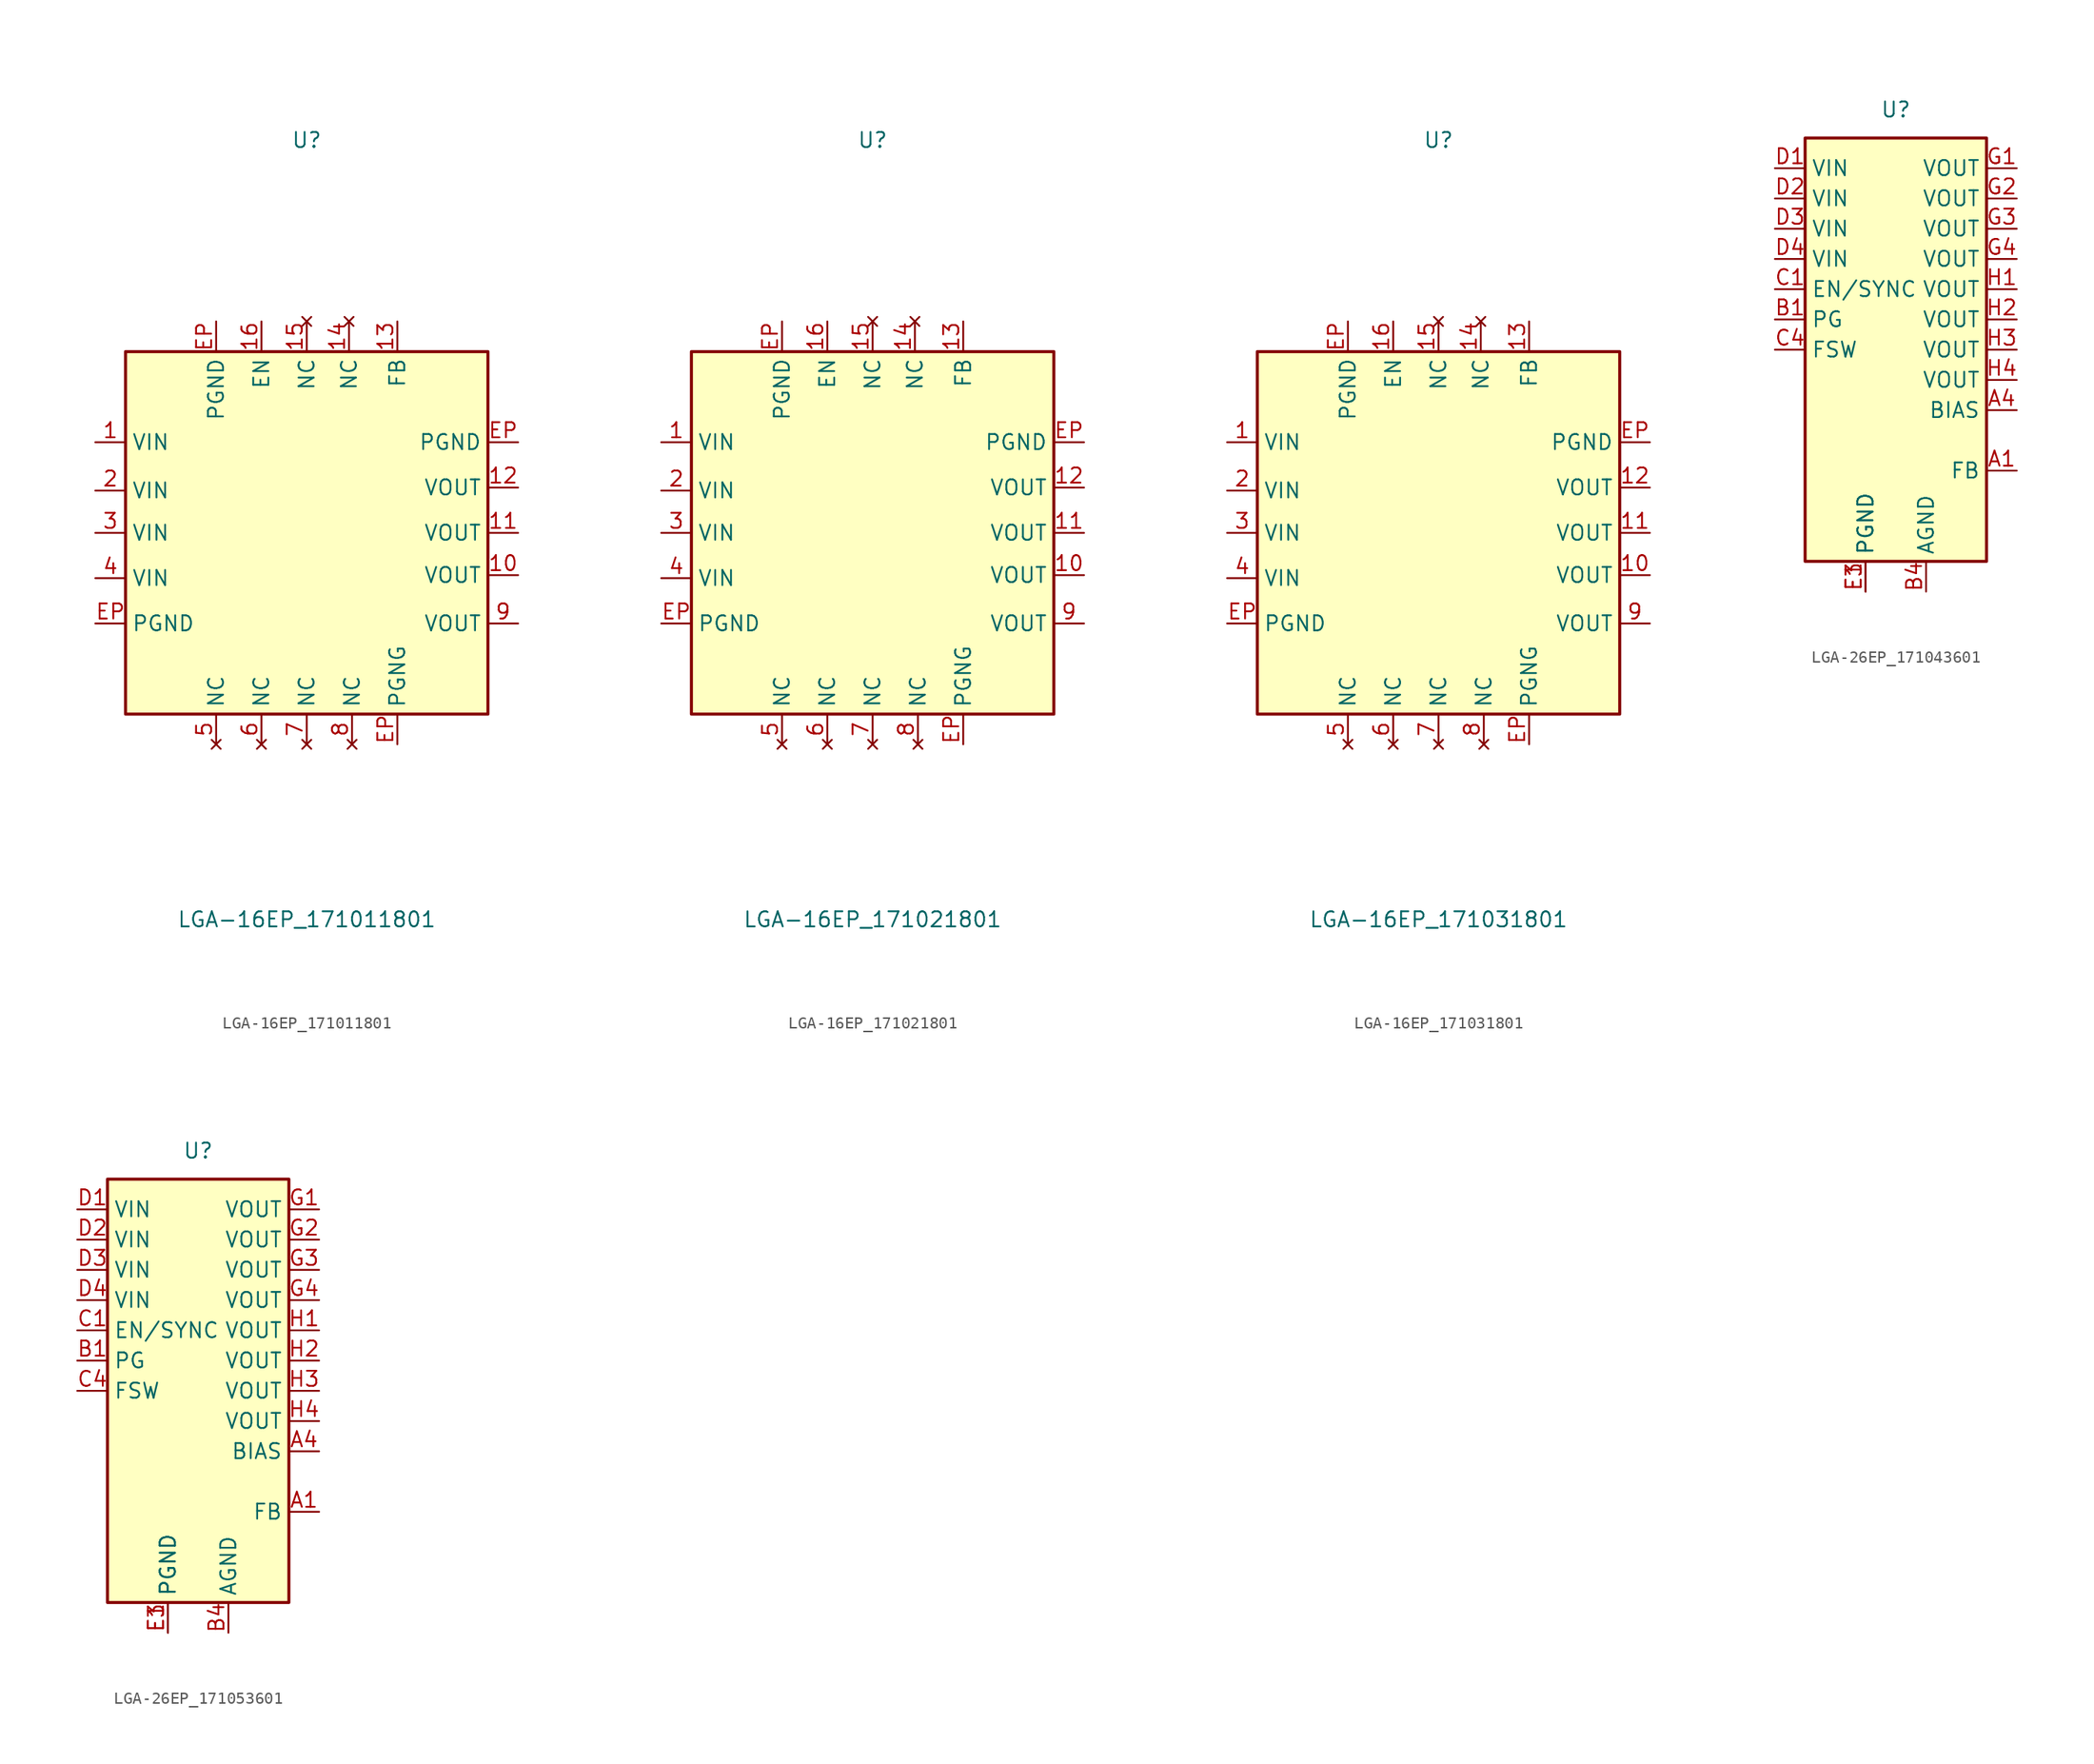
<source format=kicad_sym>
(kicad_symbol_lib
  (version 20220914)
  (generator kicad_symbol_editor)
  (symbol "LGA-16EP_171011801"
    (property "Reference" "U"
      (at 0 33.02 0)
      (effects (font (size 1.27 1.27))))
    (property "Value" "LGA-16EP_171011801"
      (at 0 -32.512 0)
      (effects (font (size 1.27 1.27))))
    (symbol "LGA-16EP_171011801_1_1"
      (rectangle (start -15.24 15.24) (end 15.24 -15.24) (stroke (width 0.254) (type solid)) (fill (type background)))
      (pin power_in line (at -17.78 7.62 0) (length 2.54) (name "VIN" (effects (font (size 1.27 1.27)))) (number "1" (effects (font (size 1.27 1.27)))))
      (pin power_out line (at 17.78 -3.556 180) (length 2.54) (name "VOUT" (effects (font (size 1.27 1.27)))) (number "10" (effects (font (size 1.27 1.27)))))
      (pin power_out line (at 17.78 0 180) (length 2.54) (name "VOUT" (effects (font (size 1.27 1.27)))) (number "11" (effects (font (size 1.27 1.27)))))
      (pin power_out line (at 17.78 3.81 180) (length 2.54) (name "VOUT" (effects (font (size 1.27 1.27)))) (number "12" (effects (font (size 1.27 1.27)))))
      (pin input line (at 7.62 17.78 270) (length 2.54) (name "FB" (effects (font (size 1.27 1.27)))) (number "13" (effects (font (size 1.27 1.27)))))
      (pin no_connect line (at 3.556 17.78 270) (length 2.54) (name "NC" (effects (font (size 1.27 1.27)))) (number "14" (effects (font (size 1.27 1.27)))))
      (pin no_connect line (at 0 17.78 270) (length 2.54) (name "NC" (effects (font (size 1.27 1.27)))) (number "15" (effects (font (size 1.27 1.27)))))
      (pin input line (at -3.81 17.78 270) (length 2.54) (name "EN" (effects (font (size 1.27 1.27)))) (number "16" (effects (font (size 1.27 1.27)))))
      (pin power_in line (at -17.78 3.556 0) (length 2.54) (name "VIN" (effects (font (size 1.27 1.27)))) (number "2" (effects (font (size 1.27 1.27)))))
      (pin power_in line (at -17.78 0 0) (length 2.54) (name "VIN" (effects (font (size 1.27 1.27)))) (number "3" (effects (font (size 1.27 1.27)))))
      (pin power_in line (at -17.78 -3.81 0) (length 2.54) (name "VIN" (effects (font (size 1.27 1.27)))) (number "4" (effects (font (size 1.27 1.27)))))
      (pin no_connect line (at -7.62 -17.78 90) (length 2.54) (name "NC" (effects (font (size 1.27 1.27)))) (number "5" (effects (font (size 1.27 1.27)))))
      (pin no_connect line (at -3.81 -17.78 90) (length 2.54) (name "NC" (effects (font (size 1.27 1.27)))) (number "6" (effects (font (size 1.27 1.27)))))
      (pin no_connect line (at 0 -17.78 90) (length 2.54) (name "NC" (effects (font (size 1.27 1.27)))) (number "7" (effects (font (size 1.27 1.27)))))
      (pin no_connect line (at 3.81 -17.78 90) (length 2.54) (name "NC" (effects (font (size 1.27 1.27)))) (number "8" (effects (font (size 1.27 1.27)))))
      (pin power_out line (at 17.78 -7.62 180) (length 2.54) (name "VOUT" (effects (font (size 1.27 1.27)))) (number "9" (effects (font (size 1.27 1.27)))))
      (pin power_in line (at -17.78 -7.62 0) (length 2.54) (name "PGND" (effects (font (size 1.27 1.27)))) (number "EP" (effects (font (size 1.27 1.27)))))
      (pin power_in line (at -7.62 17.78 270) (length 2.54) (name "PGND" (effects (font (size 1.27 1.27)))) (number "EP" (effects (font (size 1.27 1.27)))))
      (pin power_in line (at 17.78 7.62 180) (length 2.54) (name "PGND" (effects (font (size 1.27 1.27)))) (number "EP" (effects (font (size 1.27 1.27)))))
      (pin power_in line (at 7.62 -17.78 90) (length 2.54) (name "PGNG" (effects (font (size 1.27 1.27)))) (number "EP" (effects (font (size 1.27 1.27)))))))
  (symbol "LGA-16EP_171021801"
    (property "Reference" "U"
      (at 0 33.02 0)
      (effects (font (size 1.27 1.27))))
    (property "Value" "LGA-16EP_171021801"
      (at 0 -32.512 0)
      (effects (font (size 1.27 1.27))))
    (symbol "LGA-16EP_171021801_1_1"
      (rectangle (start -15.24 15.24) (end 15.24 -15.24) (stroke (width 0.254) (type solid)) (fill (type background)))
      (pin power_in line (at -17.78 7.62 0) (length 2.54) (name "VIN" (effects (font (size 1.27 1.27)))) (number "1" (effects (font (size 1.27 1.27)))))
      (pin power_out line (at 17.78 -3.556 180) (length 2.54) (name "VOUT" (effects (font (size 1.27 1.27)))) (number "10" (effects (font (size 1.27 1.27)))))
      (pin power_out line (at 17.78 0 180) (length 2.54) (name "VOUT" (effects (font (size 1.27 1.27)))) (number "11" (effects (font (size 1.27 1.27)))))
      (pin power_out line (at 17.78 3.81 180) (length 2.54) (name "VOUT" (effects (font (size 1.27 1.27)))) (number "12" (effects (font (size 1.27 1.27)))))
      (pin input line (at 7.62 17.78 270) (length 2.54) (name "FB" (effects (font (size 1.27 1.27)))) (number "13" (effects (font (size 1.27 1.27)))))
      (pin no_connect line (at 3.556 17.78 270) (length 2.54) (name "NC" (effects (font (size 1.27 1.27)))) (number "14" (effects (font (size 1.27 1.27)))))
      (pin no_connect line (at 0 17.78 270) (length 2.54) (name "NC" (effects (font (size 1.27 1.27)))) (number "15" (effects (font (size 1.27 1.27)))))
      (pin input line (at -3.81 17.78 270) (length 2.54) (name "EN" (effects (font (size 1.27 1.27)))) (number "16" (effects (font (size 1.27 1.27)))))
      (pin power_in line (at -17.78 3.556 0) (length 2.54) (name "VIN" (effects (font (size 1.27 1.27)))) (number "2" (effects (font (size 1.27 1.27)))))
      (pin power_in line (at -17.78 0 0) (length 2.54) (name "VIN" (effects (font (size 1.27 1.27)))) (number "3" (effects (font (size 1.27 1.27)))))
      (pin power_in line (at -17.78 -3.81 0) (length 2.54) (name "VIN" (effects (font (size 1.27 1.27)))) (number "4" (effects (font (size 1.27 1.27)))))
      (pin no_connect line (at -7.62 -17.78 90) (length 2.54) (name "NC" (effects (font (size 1.27 1.27)))) (number "5" (effects (font (size 1.27 1.27)))))
      (pin no_connect line (at -3.81 -17.78 90) (length 2.54) (name "NC" (effects (font (size 1.27 1.27)))) (number "6" (effects (font (size 1.27 1.27)))))
      (pin no_connect line (at 0 -17.78 90) (length 2.54) (name "NC" (effects (font (size 1.27 1.27)))) (number "7" (effects (font (size 1.27 1.27)))))
      (pin no_connect line (at 3.81 -17.78 90) (length 2.54) (name "NC" (effects (font (size 1.27 1.27)))) (number "8" (effects (font (size 1.27 1.27)))))
      (pin power_out line (at 17.78 -7.62 180) (length 2.54) (name "VOUT" (effects (font (size 1.27 1.27)))) (number "9" (effects (font (size 1.27 1.27)))))
      (pin power_in line (at -17.78 -7.62 0) (length 2.54) (name "PGND" (effects (font (size 1.27 1.27)))) (number "EP" (effects (font (size 1.27 1.27)))))
      (pin power_in line (at -7.62 17.78 270) (length 2.54) (name "PGND" (effects (font (size 1.27 1.27)))) (number "EP" (effects (font (size 1.27 1.27)))))
      (pin power_in line (at 17.78 7.62 180) (length 2.54) (name "PGND" (effects (font (size 1.27 1.27)))) (number "EP" (effects (font (size 1.27 1.27)))))
      (pin power_in line (at 7.62 -17.78 90) (length 2.54) (name "PGNG" (effects (font (size 1.27 1.27)))) (number "EP" (effects (font (size 1.27 1.27)))))))
  (symbol "LGA-16EP_171031801"
    (property "Reference" "U"
      (at 0 33.02 0)
      (effects (font (size 1.27 1.27))))
    (property "Value" "LGA-16EP_171031801"
      (at 0 -32.512 0)
      (effects (font (size 1.27 1.27))))
    (symbol "LGA-16EP_171031801_1_1"
      (rectangle (start -15.24 15.24) (end 15.24 -15.24) (stroke (width 0.254) (type solid)) (fill (type background)))
      (pin power_in line (at -17.78 7.62 0) (length 2.54) (name "VIN" (effects (font (size 1.27 1.27)))) (number "1" (effects (font (size 1.27 1.27)))))
      (pin power_out line (at 17.78 -3.556 180) (length 2.54) (name "VOUT" (effects (font (size 1.27 1.27)))) (number "10" (effects (font (size 1.27 1.27)))))
      (pin power_out line (at 17.78 0 180) (length 2.54) (name "VOUT" (effects (font (size 1.27 1.27)))) (number "11" (effects (font (size 1.27 1.27)))))
      (pin power_out line (at 17.78 3.81 180) (length 2.54) (name "VOUT" (effects (font (size 1.27 1.27)))) (number "12" (effects (font (size 1.27 1.27)))))
      (pin input line (at 7.62 17.78 270) (length 2.54) (name "FB" (effects (font (size 1.27 1.27)))) (number "13" (effects (font (size 1.27 1.27)))))
      (pin no_connect line (at 3.556 17.78 270) (length 2.54) (name "NC" (effects (font (size 1.27 1.27)))) (number "14" (effects (font (size 1.27 1.27)))))
      (pin no_connect line (at 0 17.78 270) (length 2.54) (name "NC" (effects (font (size 1.27 1.27)))) (number "15" (effects (font (size 1.27 1.27)))))
      (pin input line (at -3.81 17.78 270) (length 2.54) (name "EN" (effects (font (size 1.27 1.27)))) (number "16" (effects (font (size 1.27 1.27)))))
      (pin power_in line (at -17.78 3.556 0) (length 2.54) (name "VIN" (effects (font (size 1.27 1.27)))) (number "2" (effects (font (size 1.27 1.27)))))
      (pin power_in line (at -17.78 0 0) (length 2.54) (name "VIN" (effects (font (size 1.27 1.27)))) (number "3" (effects (font (size 1.27 1.27)))))
      (pin power_in line (at -17.78 -3.81 0) (length 2.54) (name "VIN" (effects (font (size 1.27 1.27)))) (number "4" (effects (font (size 1.27 1.27)))))
      (pin no_connect line (at -7.62 -17.78 90) (length 2.54) (name "NC" (effects (font (size 1.27 1.27)))) (number "5" (effects (font (size 1.27 1.27)))))
      (pin no_connect line (at -3.81 -17.78 90) (length 2.54) (name "NC" (effects (font (size 1.27 1.27)))) (number "6" (effects (font (size 1.27 1.27)))))
      (pin no_connect line (at 0 -17.78 90) (length 2.54) (name "NC" (effects (font (size 1.27 1.27)))) (number "7" (effects (font (size 1.27 1.27)))))
      (pin no_connect line (at 3.81 -17.78 90) (length 2.54) (name "NC" (effects (font (size 1.27 1.27)))) (number "8" (effects (font (size 1.27 1.27)))))
      (pin power_out line (at 17.78 -7.62 180) (length 2.54) (name "VOUT" (effects (font (size 1.27 1.27)))) (number "9" (effects (font (size 1.27 1.27)))))
      (pin power_in line (at -17.78 -7.62 0) (length 2.54) (name "PGND" (effects (font (size 1.27 1.27)))) (number "EP" (effects (font (size 1.27 1.27)))))
      (pin power_in line (at -7.62 17.78 270) (length 2.54) (name "PGND" (effects (font (size 1.27 1.27)))) (number "EP" (effects (font (size 1.27 1.27)))))
      (pin power_in line (at 17.78 7.62 180) (length 2.54) (name "PGND" (effects (font (size 1.27 1.27)))) (number "EP" (effects (font (size 1.27 1.27)))))
      (pin power_in line (at 7.62 -17.78 90) (length 2.54) (name "PGNG" (effects (font (size 1.27 1.27)))) (number "EP" (effects (font (size 1.27 1.27)))))))
  (symbol "LGA-26EP_171043601"
    (property "Reference" "U"
      (at 0 20.16 0)
      (effects (font (size 1.27 1.27))))
    (symbol "LGA-26EP_171043601_0_0"
      (rectangle (start -7.62 17.78) (end 7.62 -17.78) (stroke (width 0.254) (type default)) (fill (type background))))
    (symbol "LGA-26EP_171043601_1_0"
      (pin input line (at 10.16 -10.16 180) (length 2.54) (name "FB" (effects (font (size 1.27 1.27)))) (number "A1" (effects (font (size 1.27 1.27)))))
      (pin input line (at 10.16 -5.08 180) (length 2.54) (name "BIAS" (effects (font (size 1.27 1.27)))) (number "A4" (effects (font (size 1.27 1.27)))))
      (pin output line (at -10.16 2.54 0) (length 2.54) (name "PG" (effects (font (size 1.27 1.27)))) (number "B1" (effects (font (size 1.27 1.27)))))
      (pin power_in line (at 2.54 -20.32 90) (length 2.54) (name "AGND" (effects (font (size 1.27 1.27)))) (number "B4" (effects (font (size 1.27 1.27)))))
      (pin input line (at -10.16 5.08 0) (length 2.54) (name "EN/SYNC" (effects (font (size 1.27 1.27)))) (number "C1" (effects (font (size 1.27 1.27)))))
      (pin input line (at -10.16 0 0) (length 2.54) (name "FSW" (effects (font (size 1.27 1.27)))) (number "C4" (effects (font (size 1.27 1.27)))))
      (pin power_in line (at -10.16 15.24 0) (length 2.54) (name "VIN" (effects (font (size 1.27 1.27)))) (number "D1" (effects (font (size 1.27 1.27)))))
      (pin power_in line (at -10.16 12.7 0) (length 2.54) (name "VIN" (effects (font (size 1.27 1.27)))) (number "D2" (effects (font (size 1.27 1.27)))))
      (pin power_in line (at -10.16 10.16 0) (length 2.54) (name "VIN" (effects (font (size 1.27 1.27)))) (number "D3" (effects (font (size 1.27 1.27)))))
      (pin power_in line (at -10.16 7.62 0) (length 2.54) (name "VIN" (effects (font (size 1.27 1.27)))) (number "D4" (effects (font (size 1.27 1.27)))))
      (pin power_in line (at -2.54 -20.32 90) (length 2.54) (name "PGND" (effects (font (size 1.27 1.27)))) (number "E1" (effects (font (size 1.27 1.27)))))
      (pin power_in line (at -2.54 -20.32 90) (length 2.54) hide (name "PGND" (effects (font (size 1.27 1.27)))) (number "E2" (effects (font (size 1.27 1.27)))))
      (pin power_in line (at -2.54 -20.32 90) (length 2.54) (name "PGND" (effects (font (size 1.27 1.27)))) (number "E3" (effects (font (size 1.27 1.27)))))
      (pin power_in line (at -2.54 -20.32 90) (length 2.54) hide (name "PGND" (effects (font (size 1.27 1.27)))) (number "E4" (effects (font (size 1.27 1.27)))))
      (pin power_in line (at -2.54 -20.32 90) (length 2.54) hide (name "PGND" (effects (font (size 1.27 1.27)))) (number "F1" (effects (font (size 1.27 1.27)))))
      (pin power_in line (at -2.54 -20.32 90) (length 2.54) hide (name "PGND" (effects (font (size 1.27 1.27)))) (number "F2" (effects (font (size 1.27 1.27)))))
      (pin power_in line (at -2.54 -20.32 90) (length 2.54) hide (name "PGND" (effects (font (size 1.27 1.27)))) (number "F3" (effects (font (size 1.27 1.27)))))
      (pin power_in line (at -2.54 -20.32 90) (length 2.54) hide (name "PGND" (effects (font (size 1.27 1.27)))) (number "F4" (effects (font (size 1.27 1.27)))))
      (pin power_out line (at 10.16 15.24 180) (length 2.54) (name "VOUT" (effects (font (size 1.27 1.27)))) (number "G1" (effects (font (size 1.27 1.27)))))
      (pin power_out line (at 10.16 12.7 180) (length 2.54) (name "VOUT" (effects (font (size 1.27 1.27)))) (number "G2" (effects (font (size 1.27 1.27)))))
      (pin power_out line (at 10.16 10.16 180) (length 2.54) (name "VOUT" (effects (font (size 1.27 1.27)))) (number "G3" (effects (font (size 1.27 1.27)))))
      (pin power_out line (at 10.16 7.62 180) (length 2.54) (name "VOUT" (effects (font (size 1.27 1.27)))) (number "G4" (effects (font (size 1.27 1.27)))))
      (pin power_out line (at 10.16 5.08 180) (length 2.54) (name "VOUT" (effects (font (size 1.27 1.27)))) (number "H1" (effects (font (size 1.27 1.27)))))
      (pin power_out line (at 10.16 2.54 180) (length 2.54) (name "VOUT" (effects (font (size 1.27 1.27)))) (number "H2" (effects (font (size 1.27 1.27)))))
      (pin power_out line (at 10.16 0 180) (length 2.54) (name "VOUT" (effects (font (size 1.27 1.27)))) (number "H3" (effects (font (size 1.27 1.27)))))
      (pin power_out line (at 10.16 -2.54 180) (length 2.54) (name "VOUT" (effects (font (size 1.27 1.27)))) (number "H4" (effects (font (size 1.27 1.27)))))))
  (symbol "LGA-26EP_171053601"
    (property "Reference" "U"
      (at 0 20.16 0)
      (effects (font (size 1.27 1.27))))
    (symbol "LGA-26EP_171053601_0_0"
      (rectangle (start -7.62 17.78) (end 7.62 -17.78) (stroke (width 0.254) (type default)) (fill (type background))))
    (symbol "LGA-26EP_171053601_1_0"
      (pin input line (at 10.16 -10.16 180) (length 2.54) (name "FB" (effects (font (size 1.27 1.27)))) (number "A1" (effects (font (size 1.27 1.27)))))
      (pin input line (at 10.16 -5.08 180) (length 2.54) (name "BIAS" (effects (font (size 1.27 1.27)))) (number "A4" (effects (font (size 1.27 1.27)))))
      (pin output line (at -10.16 2.54 0) (length 2.54) (name "PG" (effects (font (size 1.27 1.27)))) (number "B1" (effects (font (size 1.27 1.27)))))
      (pin power_in line (at 2.54 -20.32 90) (length 2.54) (name "AGND" (effects (font (size 1.27 1.27)))) (number "B4" (effects (font (size 1.27 1.27)))))
      (pin input line (at -10.16 5.08 0) (length 2.54) (name "EN/SYNC" (effects (font (size 1.27 1.27)))) (number "C1" (effects (font (size 1.27 1.27)))))
      (pin input line (at -10.16 0 0) (length 2.54) (name "FSW" (effects (font (size 1.27 1.27)))) (number "C4" (effects (font (size 1.27 1.27)))))
      (pin power_in line (at -10.16 15.24 0) (length 2.54) (name "VIN" (effects (font (size 1.27 1.27)))) (number "D1" (effects (font (size 1.27 1.27)))))
      (pin power_in line (at -10.16 12.7 0) (length 2.54) (name "VIN" (effects (font (size 1.27 1.27)))) (number "D2" (effects (font (size 1.27 1.27)))))
      (pin power_in line (at -10.16 10.16 0) (length 2.54) (name "VIN" (effects (font (size 1.27 1.27)))) (number "D3" (effects (font (size 1.27 1.27)))))
      (pin power_in line (at -10.16 7.62 0) (length 2.54) (name "VIN" (effects (font (size 1.27 1.27)))) (number "D4" (effects (font (size 1.27 1.27)))))
      (pin power_in line (at -2.54 -20.32 90) (length 2.54) (name "PGND" (effects (font (size 1.27 1.27)))) (number "E1" (effects (font (size 1.27 1.27)))))
      (pin power_in line (at -2.54 -20.32 90) (length 2.54) hide (name "PGND" (effects (font (size 1.27 1.27)))) (number "E2" (effects (font (size 1.27 1.27)))))
      (pin power_in line (at -2.54 -20.32 90) (length 2.54) (name "PGND" (effects (font (size 1.27 1.27)))) (number "E3" (effects (font (size 1.27 1.27)))))
      (pin power_in line (at -2.54 -20.32 90) (length 2.54) hide (name "PGND" (effects (font (size 1.27 1.27)))) (number "E4" (effects (font (size 1.27 1.27)))))
      (pin power_in line (at -2.54 -20.32 90) (length 2.54) hide (name "PGND" (effects (font (size 1.27 1.27)))) (number "F1" (effects (font (size 1.27 1.27)))))
      (pin power_in line (at -2.54 -20.32 90) (length 2.54) hide (name "PGND" (effects (font (size 1.27 1.27)))) (number "F2" (effects (font (size 1.27 1.27)))))
      (pin power_in line (at -2.54 -20.32 90) (length 2.54) hide (name "PGND" (effects (font (size 1.27 1.27)))) (number "F3" (effects (font (size 1.27 1.27)))))
      (pin power_in line (at -2.54 -20.32 90) (length 2.54) hide (name "PGND" (effects (font (size 1.27 1.27)))) (number "F4" (effects (font (size 1.27 1.27)))))
      (pin power_out line (at 10.16 15.24 180) (length 2.54) (name "VOUT" (effects (font (size 1.27 1.27)))) (number "G1" (effects (font (size 1.27 1.27)))))
      (pin power_out line (at 10.16 12.7 180) (length 2.54) (name "VOUT" (effects (font (size 1.27 1.27)))) (number "G2" (effects (font (size 1.27 1.27)))))
      (pin power_out line (at 10.16 10.16 180) (length 2.54) (name "VOUT" (effects (font (size 1.27 1.27)))) (number "G3" (effects (font (size 1.27 1.27)))))
      (pin power_out line (at 10.16 7.62 180) (length 2.54) (name "VOUT" (effects (font (size 1.27 1.27)))) (number "G4" (effects (font (size 1.27 1.27)))))
      (pin power_out line (at 10.16 5.08 180) (length 2.54) (name "VOUT" (effects (font (size 1.27 1.27)))) (number "H1" (effects (font (size 1.27 1.27)))))
      (pin power_out line (at 10.16 2.54 180) (length 2.54) (name "VOUT" (effects (font (size 1.27 1.27)))) (number "H2" (effects (font (size 1.27 1.27)))))
      (pin power_out line (at 10.16 0 180) (length 2.54) (name "VOUT" (effects (font (size 1.27 1.27)))) (number "H3" (effects (font (size 1.27 1.27)))))
      (pin power_out line (at 10.16 -2.54 180) (length 2.54) (name "VOUT" (effects (font (size 1.27 1.27)))) (number "H4" (effects (font (size 1.27 1.27))))))))
</source>
